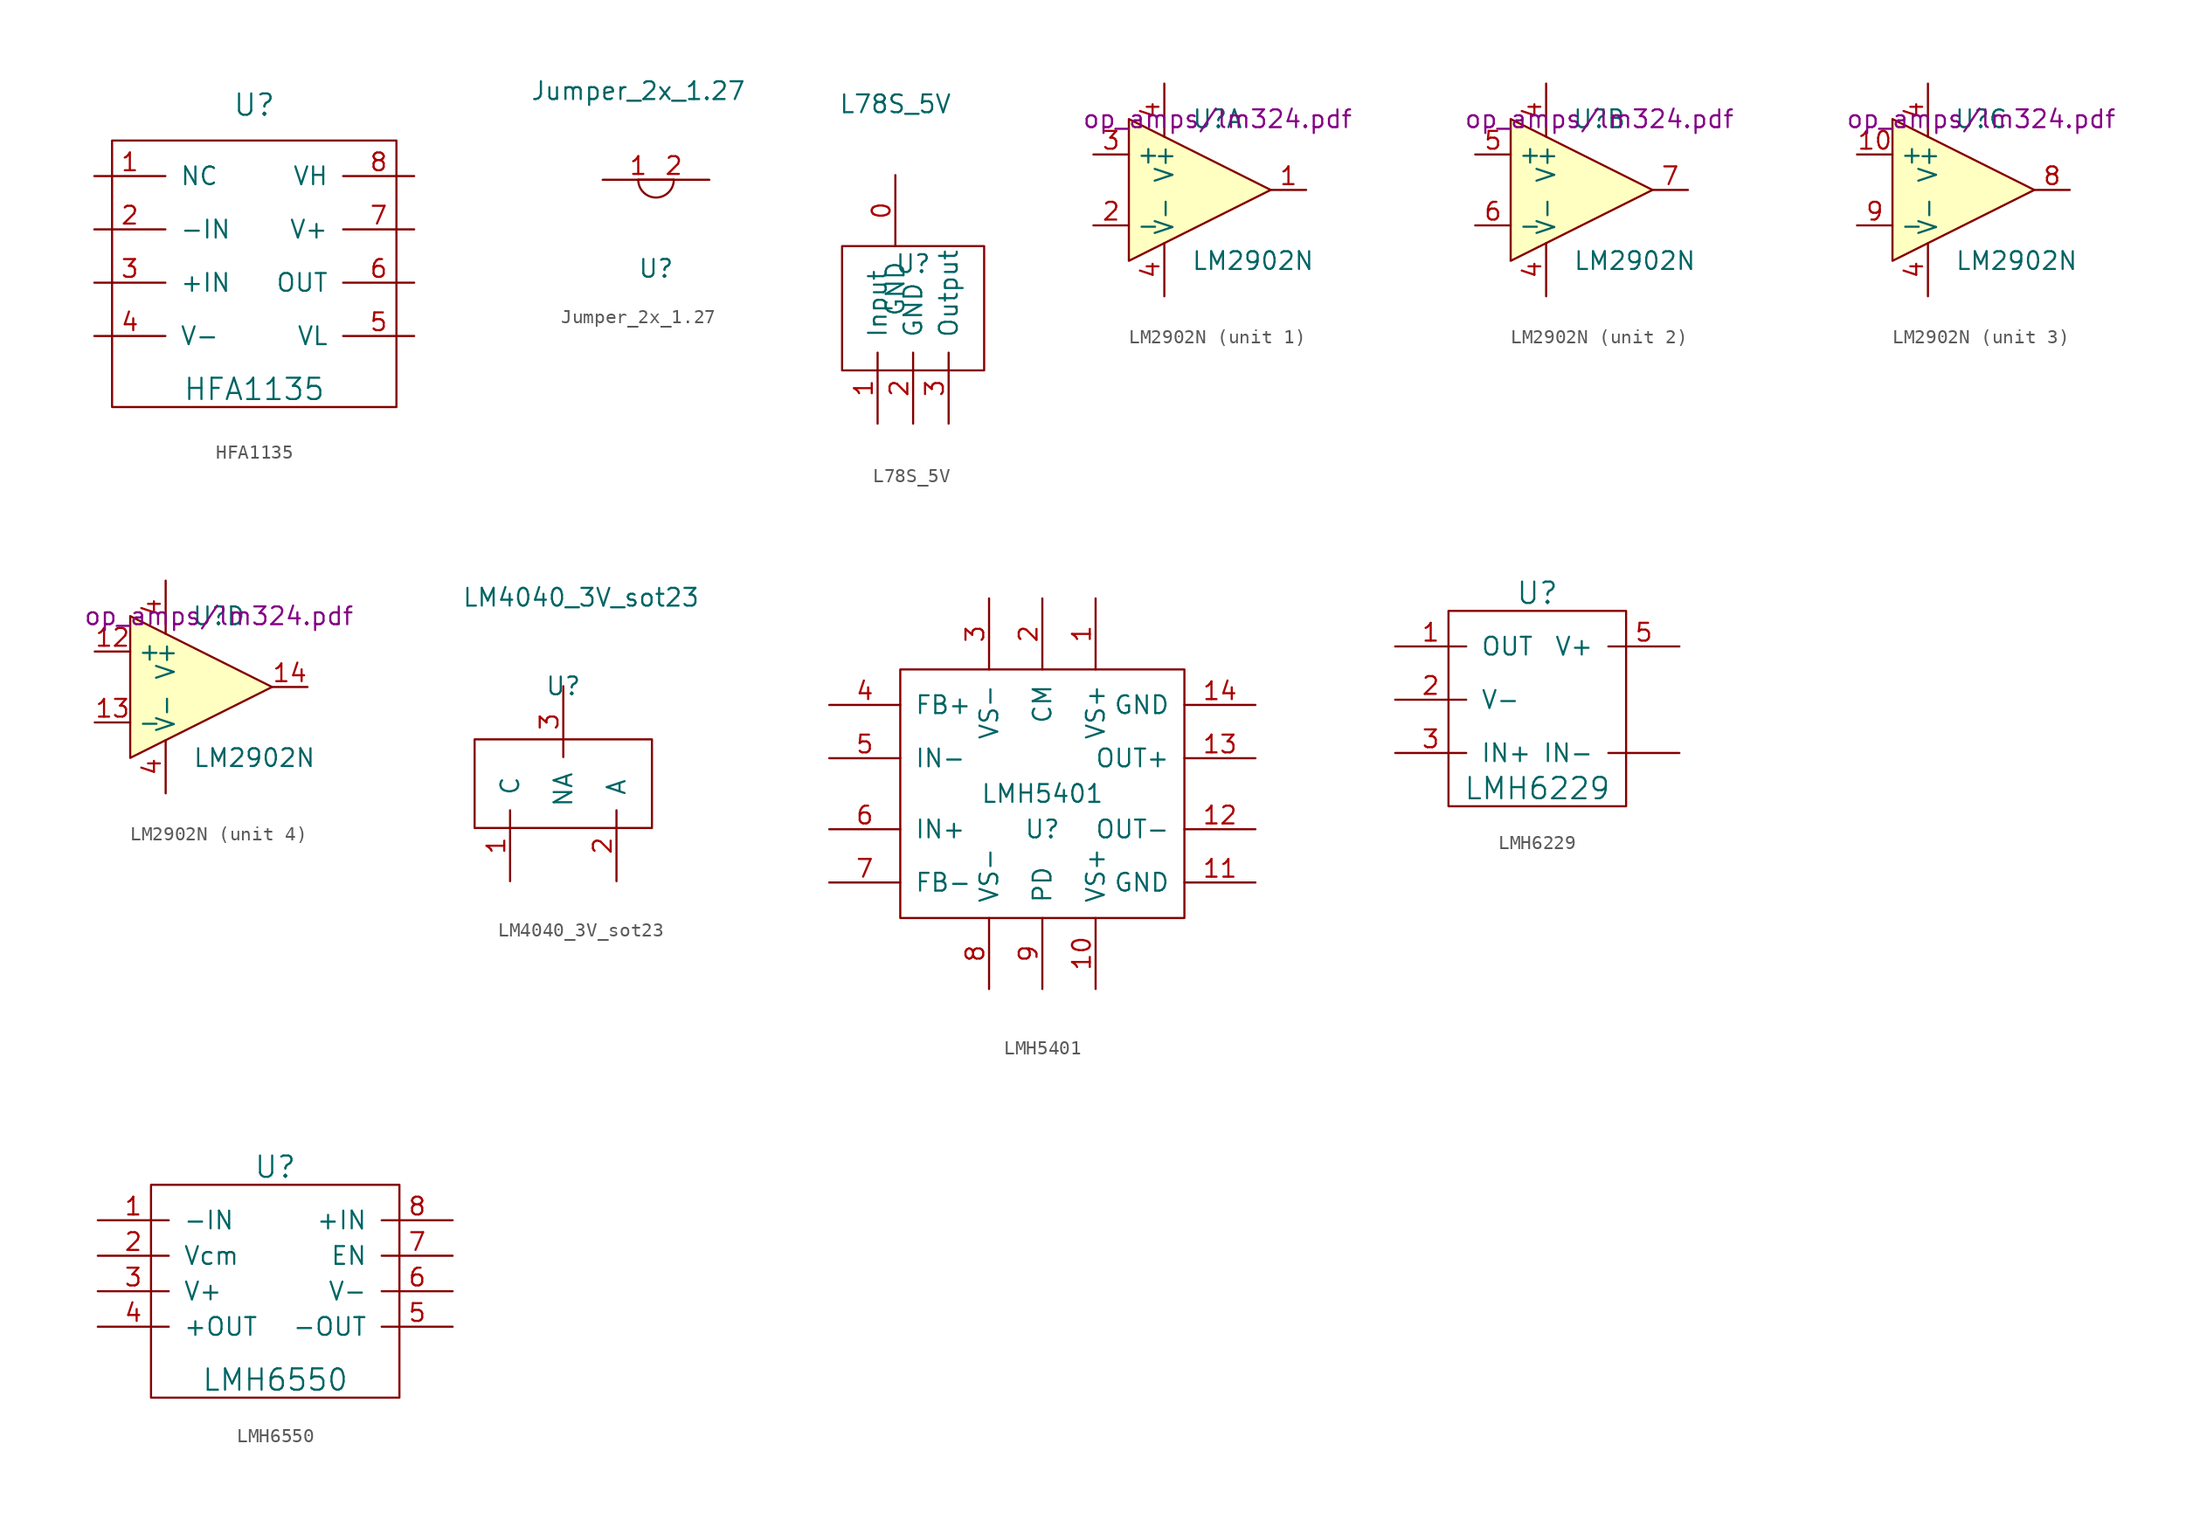
<source format=kicad_sym>
(kicad_symbol_lib
  (version 20220914)
  (generator kicad_symbol_editor)
  (symbol "HFA1135"
    (pin_names
      (offset 1.016))
    (property "Reference" "U"
      (at 0 11.43 0)
      (effects (font (size 1.524 1.524))))
    (property "Value" "HFA1135"
      (at 0 -8.89 0)
      (effects (font (size 1.524 1.524))))
    (property "Footprint" ""
      (at 0 -2.54 0)
      (effects (font (size 1.524 1.524))))
    (property "Datasheet" ""
      (at 0 -2.54 0)
      (effects (font (size 1.524 1.524))))
    (symbol "HFA1135_0_1"
      (rectangle (start -10.16 8.89) (end 10.16 -10.16) (stroke (width 0) (type solid)) (fill (type none))))
    (symbol "HFA1135_1_1"
      (pin input line (at -11.43 6.35 0) (length 5.08) (name "NC" (effects (font (size 1.27 1.27)))) (number "1" (effects (font (size 1.27 1.27)))))
      (pin input line (at -11.43 2.54 0) (length 5.08) (name "-IN" (effects (font (size 1.27 1.27)))) (number "2" (effects (font (size 1.27 1.27)))))
      (pin input line (at -11.43 -1.27 0) (length 5.08) (name "+IN" (effects (font (size 1.27 1.27)))) (number "3" (effects (font (size 1.27 1.27)))))
      (pin input line (at -11.43 -5.08 0) (length 5.08) (name "V-" (effects (font (size 1.27 1.27)))) (number "4" (effects (font (size 1.27 1.27)))))
      (pin input line (at 11.43 -5.08 180) (length 5.08) (name "VL" (effects (font (size 1.27 1.27)))) (number "5" (effects (font (size 1.27 1.27)))))
      (pin input line (at 11.43 -1.27 180) (length 5.08) (name "OUT" (effects (font (size 1.27 1.27)))) (number "6" (effects (font (size 1.27 1.27)))))
      (pin input line (at 11.43 2.54 180) (length 5.08) (name "V+" (effects (font (size 1.27 1.27)))) (number "7" (effects (font (size 1.27 1.27)))))
      (pin input line (at 11.43 6.35 180) (length 5.08) (name "VH" (effects (font (size 1.27 1.27)))) (number "8" (effects (font (size 1.27 1.27)))))))
  (symbol "Jumper_2x_1.27"
    (pin_names
      (offset 1.016))
    (property "Reference" "U"
      (at 0 -6.35 0)
      (effects (font (size 1.27 1.27))))
    (property "Value" "Jumper_2x_1.27"
      (at -1.27 6.35 0)
      (effects (font (size 1.27 1.27))))
    (symbol "Jumper_2x_1.27_0_1"
      (arc (start -1.27 0) (mid 0 -1.2645) (end 1.27 0) (stroke (width 0) (type solid)) (fill (type none))))
    (symbol "Jumper_2x_1.27_1_1"
      (pin input line (at -3.81 0 0) (length 5.08) (name "~" (effects (font (size 1.27 1.27)))) (number "1" (effects (font (size 1.27 1.27)))))
      (pin input line (at 3.81 0 180) (length 5.08) (name "~" (effects (font (size 1.27 1.27)))) (number "2" (effects (font (size 1.27 1.27)))))))
  (symbol "L78S_5V"
    (pin_names
      (offset 1.016))
    (property "Reference" "U"
      (at 0 2.54 0)
      (effects (font (size 1.27 1.27))))
    (property "Value" "L78S_5V"
      (at -1.27 13.97 0)
      (effects (font (size 1.27 1.27))))
    (symbol "L78S_5V_0_1"
      (rectangle (start -5.08 3.81) (end 5.08 -5.08) (stroke (width 0) (type solid)) (fill (type none))))
    (symbol "L78S_5V_1_1"
      (pin input line (at -1.27 8.89 270) (length 5.08) (name "GND" (effects (font (size 1.27 1.27)))) (number "0" (effects (font (size 1.27 1.27)))))
      (pin input line (at -2.54 -8.89 90) (length 5.08) (name "Input" (effects (font (size 1.27 1.27)))) (number "1" (effects (font (size 1.27 1.27)))))
      (pin input line (at 0 -8.89 90) (length 5.08) (name "GND" (effects (font (size 1.27 1.27)))) (number "2" (effects (font (size 1.27 1.27)))))
      (pin input line (at 2.54 -8.89 90) (length 5.08) (name "Output" (effects (font (size 1.27 1.27)))) (number "3" (effects (font (size 1.27 1.27)))))))
  (symbol "LM2902N"
    (property "Reference" "U"
      (at 1.27 5.08 0)
      (effects (font (size 1.27 1.27))))
    (property "Value" "LM2902N"
      (at 3.81 -5.08 0)
      (effects (font (size 1.27 1.27))))
    (property "Footprint" ""
      (at -1.27 2.54 0)
      (effects (font (size 1.27 1.27))))
    (property "Datasheet" "op_amps/lm324.pdf"
      (at 1.27 5.08 0)
      (effects (font (size 1.27 1.27))))
    (symbol "LM2902N_0_1"
      (polyline (pts (xy -5.08 5.08) (xy 5.08 0) (xy -5.08 -5.08) (xy -5.08 5.08)) (stroke (width 0.152) (type solid)) (fill (type background)))
      (pin power_in line (at -2.54 7.62 270) (length 3.81) (name "V+" (effects (font (size 1.27 1.27)))) (number "4" (effects (font (size 1.27 1.27)))))
      (pin power_in line (at -2.54 -7.62 90) (length 3.81) (name "V-" (effects (font (size 1.27 1.27)))) (number "4" (effects (font (size 1.27 1.27))))))
    (symbol "LM2902N_1_1"
      (pin output line (at 7.62 0 180) (length 2.54) (name "~" (effects (font (size 1.27 1.27)))) (number "1" (effects (font (size 1.27 1.27)))))
      (pin input line (at -7.62 -2.54 0) (length 2.54) (name "-" (effects (font (size 1.27 1.27)))) (number "2" (effects (font (size 1.27 1.27)))))
      (pin input line (at -7.62 2.54 0) (length 2.54) (name "+" (effects (font (size 1.27 1.27)))) (number "3" (effects (font (size 1.27 1.27))))))
    (symbol "LM2902N_2_1"
      (pin input line (at -7.62 2.54 0) (length 2.54) (name "+" (effects (font (size 1.27 1.27)))) (number "5" (effects (font (size 1.27 1.27)))))
      (pin input line (at -7.62 -2.54 0) (length 2.54) (name "-" (effects (font (size 1.27 1.27)))) (number "6" (effects (font (size 1.27 1.27)))))
      (pin output line (at 7.62 0 180) (length 2.54) (name "~" (effects (font (size 1.27 1.27)))) (number "7" (effects (font (size 1.27 1.27))))))
    (symbol "LM2902N_3_1"
      (pin input line (at -7.62 2.54 0) (length 2.54) (name "+" (effects (font (size 1.27 1.27)))) (number "10" (effects (font (size 1.27 1.27)))))
      (pin output line (at 7.62 0 180) (length 2.54) (name "~" (effects (font (size 1.27 1.27)))) (number "8" (effects (font (size 1.27 1.27)))))
      (pin input line (at -7.62 -2.54 0) (length 2.54) (name "-" (effects (font (size 1.27 1.27)))) (number "9" (effects (font (size 1.27 1.27))))))
    (symbol "LM2902N_4_1"
      (pin input line (at -7.62 2.54 0) (length 2.54) (name "+" (effects (font (size 1.27 1.27)))) (number "12" (effects (font (size 1.27 1.27)))))
      (pin input line (at -7.62 -2.54 0) (length 2.54) (name "-" (effects (font (size 1.27 1.27)))) (number "13" (effects (font (size 1.27 1.27)))))
      (pin output line (at 7.62 0 180) (length 2.54) (name "~" (effects (font (size 1.27 1.27)))) (number "14" (effects (font (size 1.27 1.27)))))))
  (symbol "LM4040_3V_sot23"
    (pin_names
      (offset 1.016))
    (property "Reference" "U"
      (at 0 7.62 0)
      (effects (font (size 1.27 1.27))))
    (property "Value" "LM4040_3V_sot23"
      (at 1.27 13.97 0)
      (effects (font (size 1.27 1.27))))
    (symbol "LM4040_3V_sot23_0_1"
      (rectangle (start -6.35 3.81) (end 6.35 -2.54) (stroke (width 0) (type solid)) (fill (type none))))
    (symbol "LM4040_3V_sot23_1_1"
      (pin input line (at -3.81 -6.35 90) (length 5.08) (name "C" (effects (font (size 1.27 1.27)))) (number "1" (effects (font (size 1.27 1.27)))))
      (pin input line (at 3.81 -6.35 90) (length 5.08) (name "A" (effects (font (size 1.27 1.27)))) (number "2" (effects (font (size 1.27 1.27)))))
      (pin input line (at 0 7.62 270) (length 5.08) (name "NA" (effects (font (size 1.27 1.27)))) (number "3" (effects (font (size 1.27 1.27)))))))
  (symbol "LMH5401"
    (pin_names
      (offset 1.016))
    (property "Reference" "U"
      (at 0 -2.54 0)
      (effects (font (size 1.27 1.27))))
    (property "Value" "LMH5401"
      (at 0 0 0)
      (effects (font (size 1.27 1.27))))
    (symbol "LMH5401_0_1"
      (rectangle (start -10.16 8.89) (end 10.16 -8.89) (stroke (width 0) (type solid)) (fill (type none))))
    (symbol "LMH5401_1_1"
      (pin input line (at 3.81 13.97 270) (length 5.08) (name "VS+" (effects (font (size 1.27 1.27)))) (number "1" (effects (font (size 1.27 1.27)))))
      (pin input line (at 3.81 -13.97 90) (length 5.08) (name "VS+" (effects (font (size 1.27 1.27)))) (number "10" (effects (font (size 1.27 1.27)))))
      (pin input line (at 15.24 -6.35 180) (length 5.08) (name "GND" (effects (font (size 1.27 1.27)))) (number "11" (effects (font (size 1.27 1.27)))))
      (pin input line (at 15.24 -2.54 180) (length 5.08) (name "OUT-" (effects (font (size 1.27 1.27)))) (number "12" (effects (font (size 1.27 1.27)))))
      (pin input line (at 15.24 2.54 180) (length 5.08) (name "OUT+" (effects (font (size 1.27 1.27)))) (number "13" (effects (font (size 1.27 1.27)))))
      (pin input line (at 15.24 6.35 180) (length 5.08) (name "GND" (effects (font (size 1.27 1.27)))) (number "14" (effects (font (size 1.27 1.27)))))
      (pin input line (at 0 13.97 270) (length 5.08) (name "CM" (effects (font (size 1.27 1.27)))) (number "2" (effects (font (size 1.27 1.27)))))
      (pin input line (at -3.81 13.97 270) (length 5.08) (name "VS-" (effects (font (size 1.27 1.27)))) (number "3" (effects (font (size 1.27 1.27)))))
      (pin input line (at -15.24 6.35 0) (length 5.08) (name "FB+" (effects (font (size 1.27 1.27)))) (number "4" (effects (font (size 1.27 1.27)))))
      (pin input line (at -15.24 2.54 0) (length 5.08) (name "IN-" (effects (font (size 1.27 1.27)))) (number "5" (effects (font (size 1.27 1.27)))))
      (pin input line (at -15.24 -2.54 0) (length 5.08) (name "IN+" (effects (font (size 1.27 1.27)))) (number "6" (effects (font (size 1.27 1.27)))))
      (pin input line (at -15.24 -6.35 0) (length 5.08) (name "FB-" (effects (font (size 1.27 1.27)))) (number "7" (effects (font (size 1.27 1.27)))))
      (pin input line (at -3.81 -13.97 90) (length 5.08) (name "VS-" (effects (font (size 1.27 1.27)))) (number "8" (effects (font (size 1.27 1.27)))))
      (pin input line (at 0 -13.97 90) (length 5.08) (name "PD" (effects (font (size 1.27 1.27)))) (number "9" (effects (font (size 1.27 1.27)))))))
  (symbol "LMH6229"
    (pin_names
      (offset 1.016))
    (property "Reference" "U"
      (at 0 7.62 0)
      (effects (font (size 1.524 1.524))))
    (property "Value" "LMH6229"
      (at 0 -6.35 0)
      (effects (font (size 1.524 1.524))))
    (property "Footprint" ""
      (at 0 -1.27 0)
      (effects (font (size 1.524 1.524))))
    (property "Datasheet" ""
      (at 0 -1.27 0)
      (effects (font (size 1.524 1.524))))
    (symbol "LMH6229_0_1"
      (rectangle (start -6.35 6.35) (end 6.35 -7.62) (stroke (width 0) (type solid)) (fill (type none))))
    (symbol "LMH6229_1_1"
      (pin input line (at -10.16 3.81 0) (length 5.08) (name "OUT" (effects (font (size 1.27 1.27)))) (number "1" (effects (font (size 1.27 1.27)))))
      (pin input line (at -10.16 0 0) (length 5.08) (name "V-" (effects (font (size 1.27 1.27)))) (number "2" (effects (font (size 1.27 1.27)))))
      (pin input line (at -10.16 -3.81 0) (length 5.08) (name "IN+" (effects (font (size 1.27 1.27)))) (number "3" (effects (font (size 1.27 1.27)))))
      (pin input line (at 10.16 3.81 180) (length 5.08) (name "V+" (effects (font (size 1.27 1.27)))) (number "5" (effects (font (size 1.27 1.27)))))
      (pin input line (at 10.16 -3.81 180) (length 5.08) (name "IN-" (effects (font (size 1.27 1.27)))) (number "~" (effects (font (size 1.27 1.27)))))))
  (symbol "LMH6550"
    (pin_names
      (offset 1.016))
    (property "Reference" "U"
      (at 0 7.62 0)
      (effects (font (size 1.524 1.524))))
    (property "Value" "LMH6550"
      (at 0 -7.62 0)
      (effects (font (size 1.524 1.524))))
    (property "Footprint" ""
      (at 0 0 0)
      (effects (font (size 1.524 1.524))))
    (property "Datasheet" ""
      (at 0 0 0)
      (effects (font (size 1.524 1.524))))
    (symbol "LMH6550_0_1"
      (rectangle (start -8.89 6.35) (end 8.89 -8.89) (stroke (width 0) (type solid)) (fill (type none))))
    (symbol "LMH6550_1_1"
      (pin input line (at -12.7 3.81 0) (length 5.08) (name "-IN" (effects (font (size 1.27 1.27)))) (number "1" (effects (font (size 1.27 1.27)))))
      (pin input line (at -12.7 1.27 0) (length 5.08) (name "Vcm" (effects (font (size 1.27 1.27)))) (number "2" (effects (font (size 1.27 1.27)))))
      (pin input line (at -12.7 -1.27 0) (length 5.08) (name "V+" (effects (font (size 1.27 1.27)))) (number "3" (effects (font (size 1.27 1.27)))))
      (pin input line (at -12.7 -3.81 0) (length 5.08) (name "+OUT" (effects (font (size 1.27 1.27)))) (number "4" (effects (font (size 1.27 1.27)))))
      (pin input line (at 12.7 -3.81 180) (length 5.08) (name "-OUT" (effects (font (size 1.27 1.27)))) (number "5" (effects (font (size 1.27 1.27)))))
      (pin input line (at 12.7 -1.27 180) (length 5.08) (name "V-" (effects (font (size 1.27 1.27)))) (number "6" (effects (font (size 1.27 1.27)))))
      (pin input line (at 12.7 1.27 180) (length 5.08) (name "EN" (effects (font (size 1.27 1.27)))) (number "7" (effects (font (size 1.27 1.27)))))
      (pin input line (at 12.7 3.81 180) (length 5.08) (name "+IN" (effects (font (size 1.27 1.27)))) (number "8" (effects (font (size 1.27 1.27))))))))
</source>
